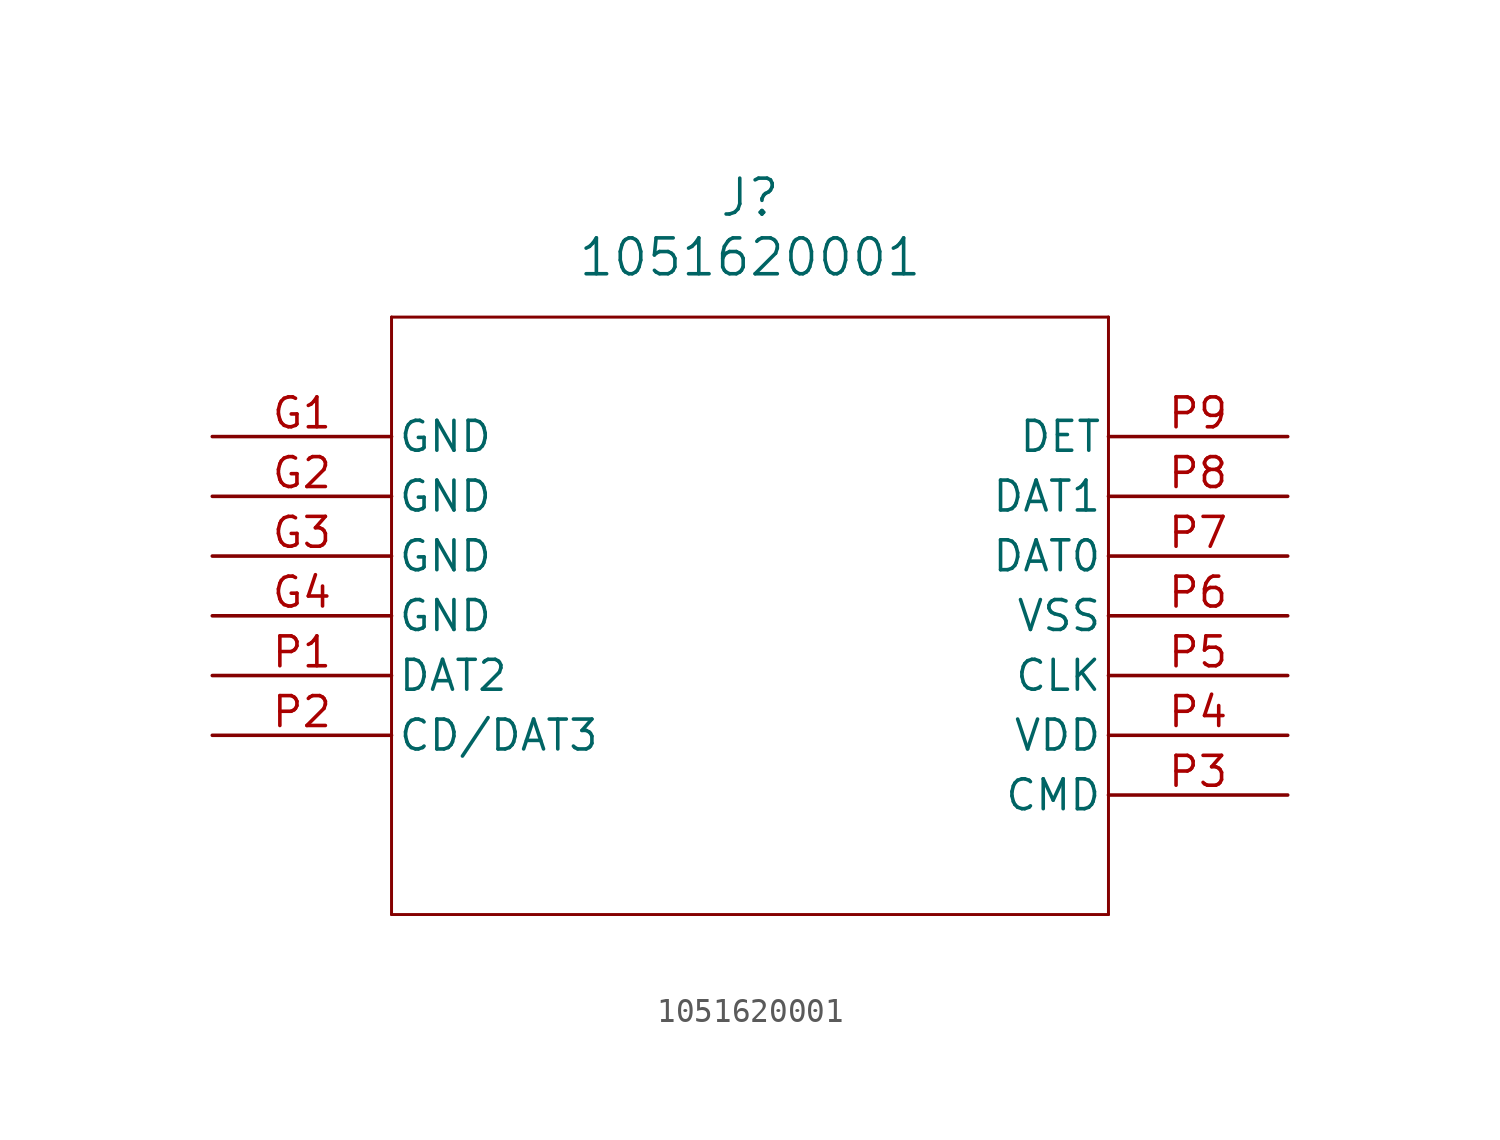
<source format=kicad_sym>
(kicad_symbol_lib
  (version 20211014)
  (generator kicad_symbol_editor)
  (symbol "1051620001"
    (pin_names
      (offset 0.254))
    (property "Reference" "J"
      (at 22.86 10.16 0)
      (effects (font (size 1.524 1.524))))
    (property "Value" "1051620001"
      (at 22.86 7.62 0)
      (effects (font (size 1.524 1.524))))
    (symbol "1051620001_0_1"
      (polyline (pts (xy 7.62 5.08) (xy 7.62 -20.32)) (stroke (width 0.127) (type default) (color 0 0 0 0)) (fill (type none)))
      (polyline (pts (xy 7.62 -20.32) (xy 38.1 -20.32)) (stroke (width 0.127) (type default) (color 0 0 0 0)) (fill (type none)))
      (polyline (pts (xy 38.1 -20.32) (xy 38.1 5.08)) (stroke (width 0.127) (type default) (color 0 0 0 0)) (fill (type none)))
      (polyline (pts (xy 38.1 5.08) (xy 7.62 5.08)) (stroke (width 0.127) (type default) (color 0 0 0 0)) (fill (type none)))
      (pin power_out line (at 0 0 0) (length 7.62) (name "GND" (effects (font (size 1.27 1.27)))) (number "G1" (effects (font (size 1.27 1.27)))))
      (pin power_out line (at 0 -2.54 0) (length 7.62) (name "GND" (effects (font (size 1.27 1.27)))) (number "G2" (effects (font (size 1.27 1.27)))))
      (pin power_out line (at 0 -5.08 0) (length 7.62) (name "GND" (effects (font (size 1.27 1.27)))) (number "G3" (effects (font (size 1.27 1.27)))))
      (pin power_out line (at 0 -7.62 0) (length 7.62) (name "GND" (effects (font (size 1.27 1.27)))) (number "G4" (effects (font (size 1.27 1.27)))))
      (pin bidirectional line (at 0 -10.16 0) (length 7.62) (name "DAT2" (effects (font (size 1.27 1.27)))) (number "P1" (effects (font (size 1.27 1.27)))))
      (pin unspecified line (at 0 -12.7 0) (length 7.62) (name "CD/DAT3" (effects (font (size 1.27 1.27)))) (number "P2" (effects (font (size 1.27 1.27)))))
      (pin unspecified line (at 45.72 -15.24 180) (length 7.62) (name "CMD" (effects (font (size 1.27 1.27)))) (number "P3" (effects (font (size 1.27 1.27)))))
      (pin power_in line (at 45.72 -12.7 180) (length 7.62) (name "VDD" (effects (font (size 1.27 1.27)))) (number "P4" (effects (font (size 1.27 1.27)))))
      (pin unspecified line (at 45.72 -10.16 180) (length 7.62) (name "CLK" (effects (font (size 1.27 1.27)))) (number "P5" (effects (font (size 1.27 1.27)))))
      (pin power_out line (at 45.72 -7.62 180) (length 7.62) (name "VSS" (effects (font (size 1.27 1.27)))) (number "P6" (effects (font (size 1.27 1.27)))))
      (pin bidirectional line (at 45.72 -5.08 180) (length 7.62) (name "DAT0" (effects (font (size 1.27 1.27)))) (number "P7" (effects (font (size 1.27 1.27)))))
      (pin bidirectional line (at 45.72 -2.54 180) (length 7.62) (name "DAT1" (effects (font (size 1.27 1.27)))) (number "P8" (effects (font (size 1.27 1.27)))))
      (pin unspecified line (at 45.72 0 180) (length 7.62) (name "DET" (effects (font (size 1.27 1.27)))) (number "P9" (effects (font (size 1.27 1.27))))))))
</source>
